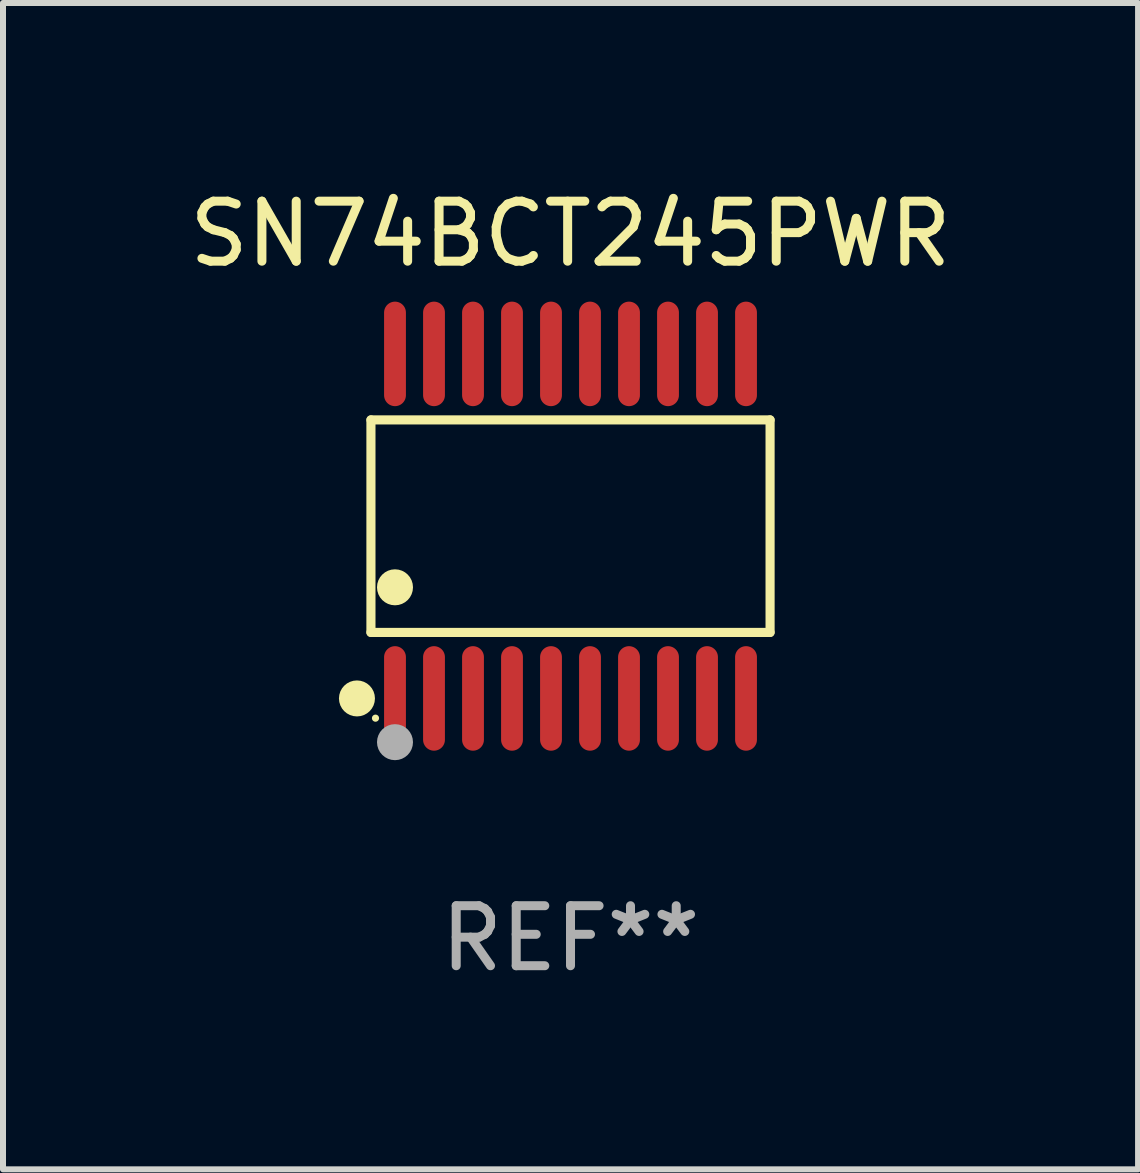
<source format=kicad_pcb>
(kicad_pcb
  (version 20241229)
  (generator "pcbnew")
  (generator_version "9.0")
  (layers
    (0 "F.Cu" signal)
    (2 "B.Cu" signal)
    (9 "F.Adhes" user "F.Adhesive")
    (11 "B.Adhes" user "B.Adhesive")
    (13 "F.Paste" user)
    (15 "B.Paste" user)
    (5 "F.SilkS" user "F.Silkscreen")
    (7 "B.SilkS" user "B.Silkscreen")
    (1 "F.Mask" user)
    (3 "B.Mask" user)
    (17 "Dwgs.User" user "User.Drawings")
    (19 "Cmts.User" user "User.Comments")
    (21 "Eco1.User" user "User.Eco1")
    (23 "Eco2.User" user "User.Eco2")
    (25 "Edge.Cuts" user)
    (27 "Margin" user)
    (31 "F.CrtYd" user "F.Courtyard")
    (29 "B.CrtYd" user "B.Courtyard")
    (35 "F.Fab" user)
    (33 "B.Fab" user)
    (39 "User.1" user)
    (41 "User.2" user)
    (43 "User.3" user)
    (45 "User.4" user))
  (footprint "SN74BCT245PWR"
    (layer "F.Cu")
    (at 6.458 5.719)
    (property "Reference" "SN74BCT245PWR" (at 0 -4.871 0) (layer "F.SilkS") (effects (font (size 1 1) (thickness 0.15))))
    (attr through_hole)
    (fp_line (start -3.326 -1.771) (end 3.326 -1.771) (stroke (width 0.152) (type solid)) (layer "F.SilkS"))
    (fp_line (start -3.326 1.771) (end -3.326 -1.771) (stroke (width 0.152) (type solid)) (layer "F.SilkS"))
    (fp_line (start 3.326 -1.771) (end 3.326 1.771) (stroke (width 0.152) (type solid)) (layer "F.SilkS"))
    (fp_line (start 3.326 1.771) (end -3.326 1.771) (stroke (width 0.152) (type solid)) (layer "F.SilkS"))
    (fp_circle (center -3.559 2.871) (end -3.409 2.871) (stroke (width 0.3) (type solid)) (fill no) (layer "F.SilkS"))
    (fp_circle (center -3.25 3.2) (end -3.22 3.2) (stroke (width 0.06) (type solid)) (fill no) (layer "F.SilkS"))
    (fp_circle (center -2.925 1.019) (end -2.775 1.019) (stroke (width 0.3) (type solid)) (fill no) (layer "F.SilkS"))
    (fp_circle (center -2.925 3.6) (end -2.775 3.6) (stroke (width 0.3) (type solid)) (fill no) (layer "F.Fab"))
    (fp_text user "REF**" (at 0 6.871 0) (layer "F.Fab") (effects (font (size 1 1) (thickness 0.15))))
    (pad "1" smd oval (at -2.925 2.871) (size 0.364 1.742) (layers "F.Cu" "F.Mask" "F.Paste"))
    (pad "2" smd oval (at -2.275 2.871) (size 0.364 1.742) (layers "F.Cu" "F.Mask" "F.Paste"))
    (pad "3" smd oval (at -1.625 2.871) (size 0.364 1.742) (layers "F.Cu" "F.Mask" "F.Paste"))
    (pad "4" smd oval (at -0.975 2.871) (size 0.364 1.742) (layers "F.Cu" "F.Mask" "F.Paste"))
    (pad "5" smd oval (at -0.325 2.871) (size 0.364 1.742) (layers "F.Cu" "F.Mask" "F.Paste"))
    (pad "6" smd oval (at 0.325 2.871) (size 0.364 1.742) (layers "F.Cu" "F.Mask" "F.Paste"))
    (pad "7" smd oval (at 0.975 2.871) (size 0.364 1.742) (layers "F.Cu" "F.Mask" "F.Paste"))
    (pad "8" smd oval (at 1.625 2.871) (size 0.364 1.742) (layers "F.Cu" "F.Mask" "F.Paste"))
    (pad "9" smd oval (at 2.275 2.871) (size 0.364 1.742) (layers "F.Cu" "F.Mask" "F.Paste"))
    (pad "10" smd oval (at 2.925 2.871) (size 0.364 1.742) (layers "F.Cu" "F.Mask" "F.Paste"))
    (pad "11" smd oval (at 2.925 -2.871) (size 0.364 1.742) (layers "F.Cu" "F.Mask" "F.Paste"))
    (pad "12" smd oval (at 2.275 -2.871) (size 0.364 1.742) (layers "F.Cu" "F.Mask" "F.Paste"))
    (pad "13" smd oval (at 1.625 -2.871) (size 0.364 1.742) (layers "F.Cu" "F.Mask" "F.Paste"))
    (pad "14" smd oval (at 0.975 -2.871) (size 0.364 1.742) (layers "F.Cu" "F.Mask" "F.Paste"))
    (pad "15" smd oval (at 0.325 -2.871) (size 0.364 1.742) (layers "F.Cu" "F.Mask" "F.Paste"))
    (pad "16" smd oval (at -0.325 -2.871) (size 0.364 1.742) (layers "F.Cu" "F.Mask" "F.Paste"))
    (pad "17" smd oval (at -0.975 -2.871) (size 0.364 1.742) (layers "F.Cu" "F.Mask" "F.Paste"))
    (pad "18" smd oval (at -1.625 -2.871) (size 0.364 1.742) (layers "F.Cu" "F.Mask" "F.Paste"))
    (pad "19" smd oval (at -2.275 -2.871) (size 0.364 1.742) (layers "F.Cu" "F.Mask" "F.Paste"))
    (pad "20" smd oval (at -2.925 -2.871) (size 0.364 1.742) (layers "F.Cu" "F.Mask" "F.Paste")))
  (gr_rect
    (start -3 -3)
    (end 15.917 16.438)
    (stroke (width 0.1) (type default))
    (fill no)
    (layer "Edge.Cuts")))
</source>
